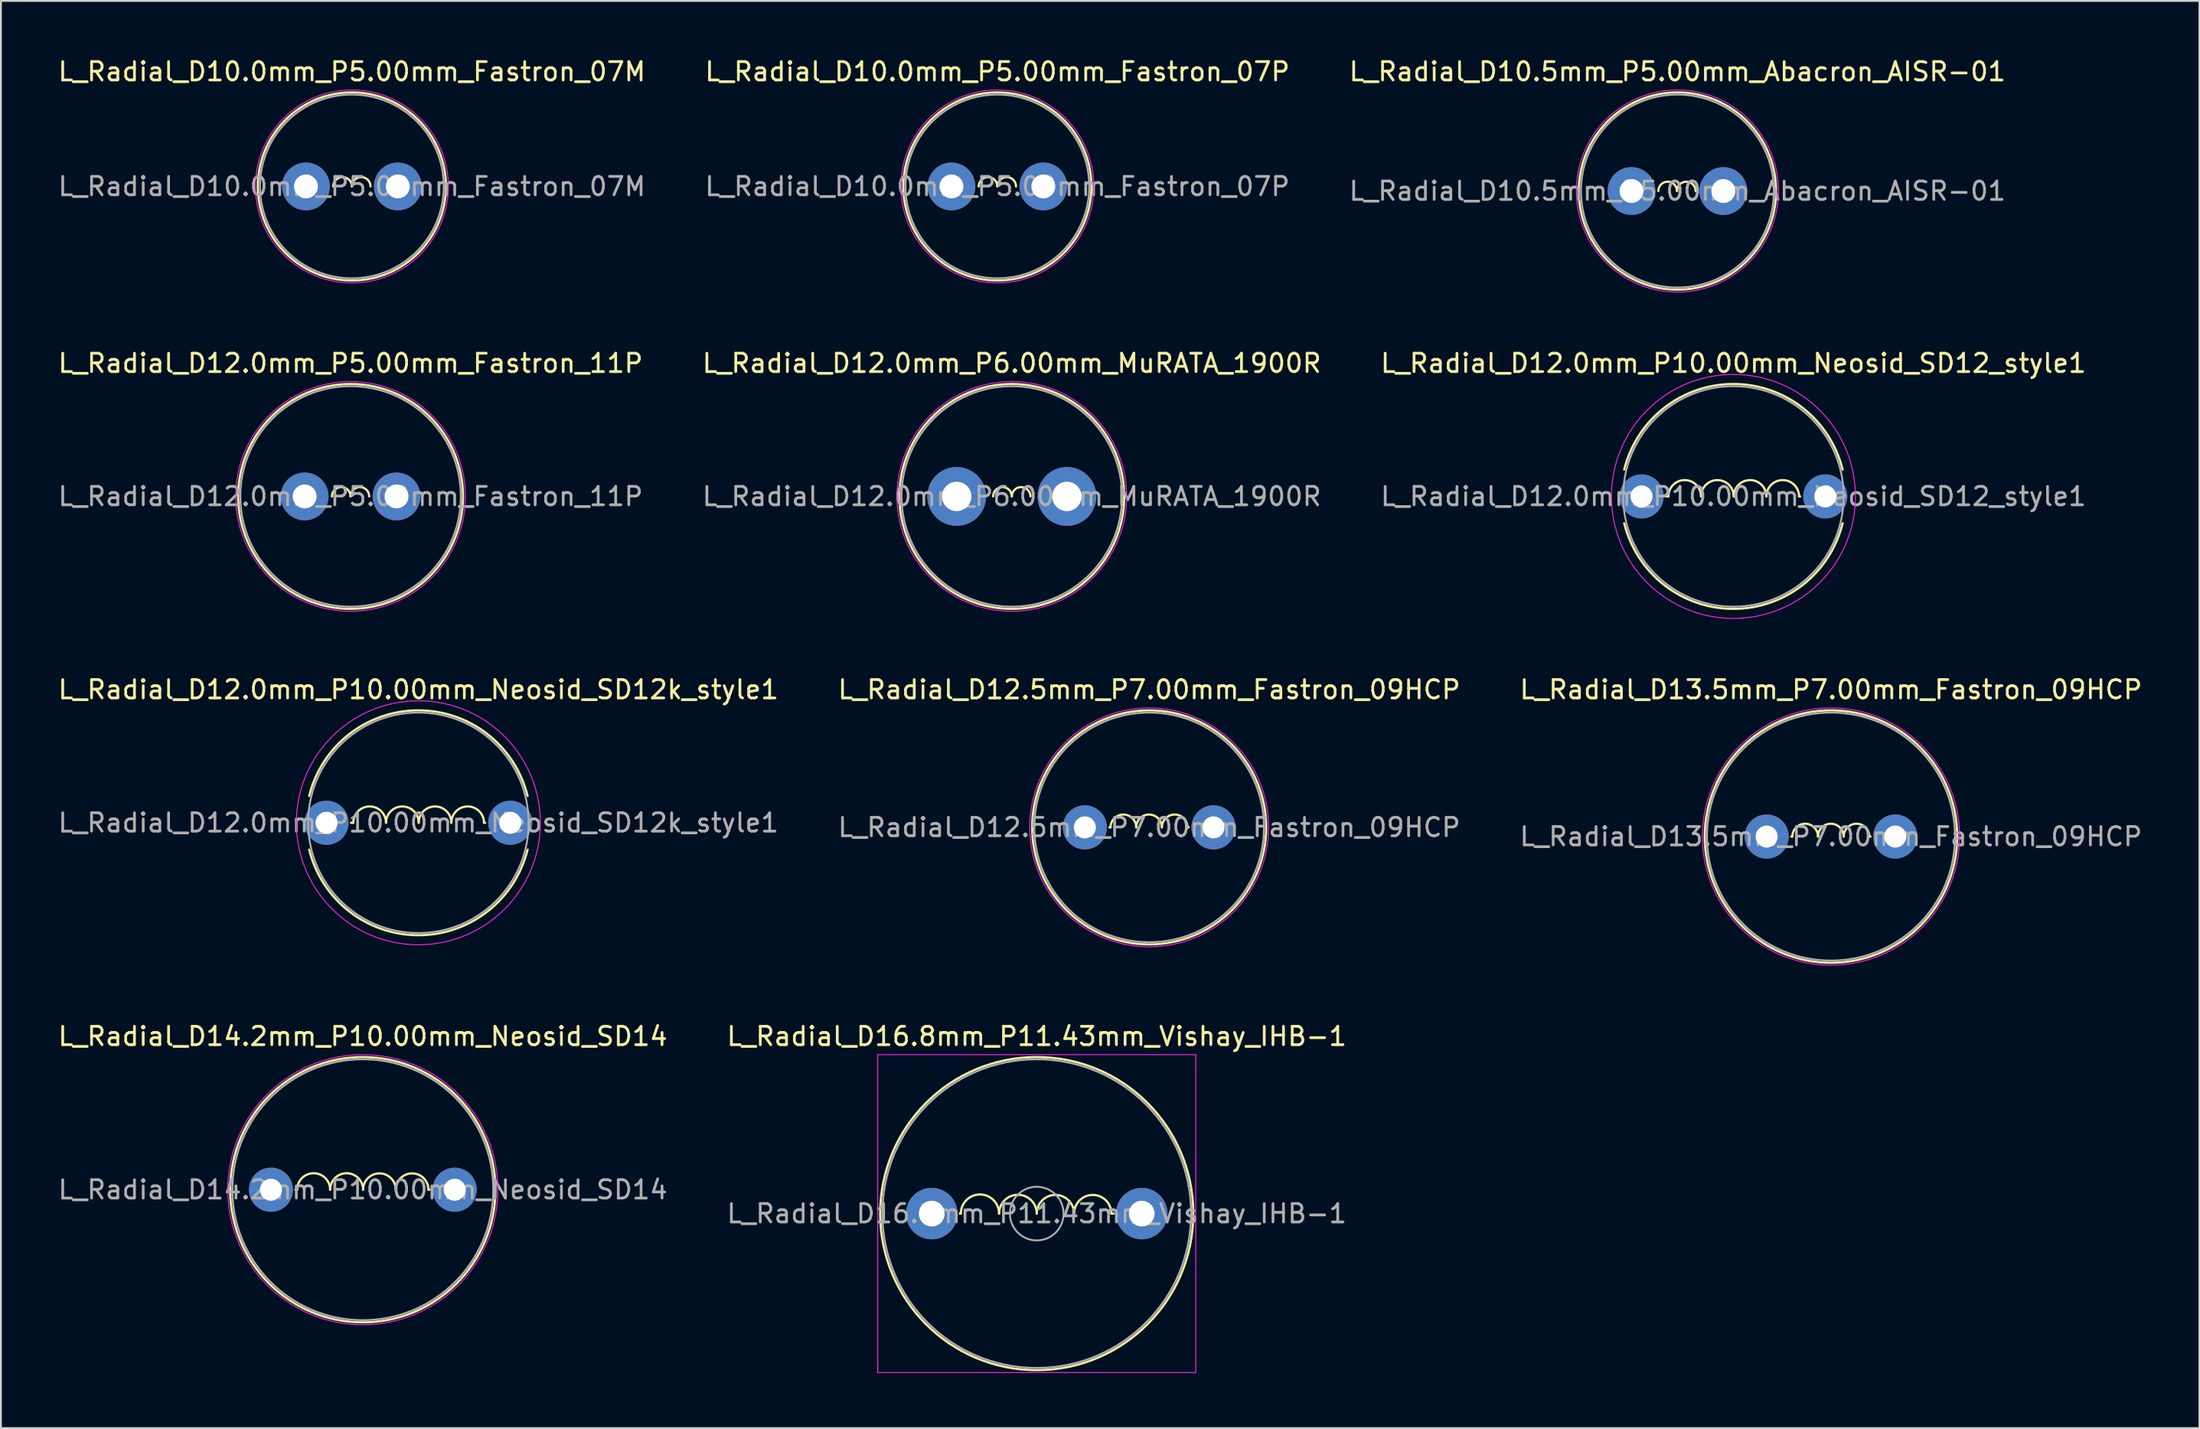
<source format=kicad_pcb>
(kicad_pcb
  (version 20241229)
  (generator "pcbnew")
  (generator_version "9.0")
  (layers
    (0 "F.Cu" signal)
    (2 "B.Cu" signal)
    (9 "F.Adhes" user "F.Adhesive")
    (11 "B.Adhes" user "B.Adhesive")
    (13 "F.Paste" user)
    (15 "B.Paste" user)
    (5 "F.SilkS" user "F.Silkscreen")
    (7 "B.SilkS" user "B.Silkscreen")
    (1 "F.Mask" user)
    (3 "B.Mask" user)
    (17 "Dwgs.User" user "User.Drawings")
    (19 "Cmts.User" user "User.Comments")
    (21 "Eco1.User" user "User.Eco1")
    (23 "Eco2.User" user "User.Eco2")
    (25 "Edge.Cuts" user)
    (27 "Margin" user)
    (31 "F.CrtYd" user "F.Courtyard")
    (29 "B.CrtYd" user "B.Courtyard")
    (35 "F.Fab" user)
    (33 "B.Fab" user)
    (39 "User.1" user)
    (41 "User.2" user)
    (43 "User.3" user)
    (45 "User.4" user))
  (footprint "L_Radial_D12.5mm_P7.00mm_Fastron_09HCP"
    (layer "F.Cu")
    (at 55.994 41.985)
    (property "Reference" "L_Radial_D12.5mm_P7.00mm_Fastron_09HCP" (at 3.5 -7.5 0) (layer "F.SilkS") (effects (font (size 1 1) (thickness 0.15))))
    (attr through_hole)
    (fp_line (start 1.397 0) (end 1.333 0) (stroke (width 0.12) (type solid)) (layer "F.SilkS"))
    (fp_line (start 5.588 0) (end 5.652 0) (stroke (width 0.12) (type solid)) (layer "F.SilkS"))
    (fp_arc (start 1.397 0) (mid 2.0955 -0.6985) (end 2.794 0) (stroke (width 0.12) (type solid)) (layer "F.SilkS"))
    (fp_arc (start 2.794 0) (mid 3.4925 -0.6985) (end 4.191 0) (stroke (width 0.12) (type solid)) (layer "F.SilkS"))
    (fp_arc (start 4.191 0) (mid 4.8895 -0.6985) (end 5.588 0) (stroke (width 0.12) (type solid)) (layer "F.SilkS"))
    (fp_circle (center 3.5 0) (end 9.87 0) (stroke (width 0.12) (type solid)) (fill no) (layer "F.SilkS"))
    (fp_circle (center 3.5 0) (end 10 0) (stroke (width 0.05) (type solid)) (fill no) (layer "F.CrtYd"))
    (fp_circle (center 3.5 0) (end 9.75 0) (stroke (width 0.1) (type solid)) (fill no) (layer "F.Fab"))
    (fp_text user "${REFERENCE}" (at 3.5 0 0) (layer "F.Fab") (effects (font (size 1 1) (thickness 0.15))))
    (pad "1" thru_hole circle (at 0 0) (size 2.4 2.4) (drill 1.2) (layers "*.Cu" "*.Mask"))
    (pad "2" thru_hole circle (at 7 0) (size 2.4 2.4) (drill 1.2) (layers "*.Cu" "*.Mask")))
  (footprint "L_Radial_D16.8mm_P11.43mm_Vishay_IHB-1"
    (layer "F.Cu")
    (at 47.66 63.008)
    (property "Reference" "L_Radial_D16.8mm_P11.43mm_Vishay_IHB-1" (at 5.715 -9.65 0) (layer "F.SilkS") (effects (font (size 1 1) (thickness 0.15))))
    (attr through_hole)
    (fp_line (start 1.583 0) (end 1.524 0) (stroke (width 0.12) (type solid)) (layer "F.SilkS"))
    (fp_line (start 9.779 0) (end 9.906 0) (stroke (width 0.12) (type solid)) (layer "F.SilkS"))
    (fp_arc (start 1.583 0) (mid 2.6245 -1.0415) (end 3.666 0) (stroke (width 0.12) (type solid)) (layer "F.SilkS"))
    (fp_arc (start 3.666 0) (mid 4.6905 -1.0245) (end 5.715 0) (stroke (width 0.12) (type solid)) (layer "F.SilkS"))
    (fp_arc (start 5.715 0) (mid 6.731 -1.016) (end 7.747 0) (stroke (width 0.12) (type solid)) (layer "F.SilkS"))
    (fp_arc (start 7.747 0) (mid 8.763 -1.016) (end 9.779 0) (stroke (width 0.12) (type solid)) (layer "F.SilkS"))
    (fp_circle (center 5.715 0) (end 14.235 0) (stroke (width 0.12) (type solid)) (fill no) (layer "F.SilkS"))
    (fp_line (start -2.94 -8.65) (end -2.94 8.65) (stroke (width 0.05) (type solid)) (layer "F.CrtYd"))
    (fp_line (start -2.94 8.65) (end 14.37 8.65) (stroke (width 0.05) (type solid)) (layer "F.CrtYd"))
    (fp_line (start 14.37 -8.65) (end -2.94 -8.65) (stroke (width 0.05) (type solid)) (layer "F.CrtYd"))
    (fp_line (start 14.37 8.65) (end 14.37 -8.65) (stroke (width 0.05) (type solid)) (layer "F.CrtYd"))
    (fp_circle (center 5.715 0) (end 7.175 0) (stroke (width 0.1) (type solid)) (fill no) (layer "F.Fab"))
    (fp_circle (center 5.715 0) (end 14.115 0) (stroke (width 0.1) (type solid)) (fill no) (layer "F.Fab"))
    (fp_text user "${REFERENCE}" (at 5.715 0 0) (layer "F.Fab") (effects (font (size 1 1) (thickness 0.15))))
    (pad "1" thru_hole circle (at 0 0) (size 2.8 2.8) (drill 1.4) (layers "*.Cu" "*.Mask"))
    (pad "2" thru_hole circle (at 11.43 0) (size 2.8 2.8) (drill 1.4) (layers "*.Cu" "*.Mask")))
  (footprint "L_Radial_D14.2mm_P10.00mm_Neosid_SD14"
    (layer "F.Cu")
    (at 11.696 61.708)
    (property "Reference" "L_Radial_D14.2mm_P10.00mm_Neosid_SD14" (at 5 -8.35 0) (layer "F.SilkS") (effects (font (size 1 1) (thickness 0.15))))
    (attr through_hole)
    (fp_line (start 1.427 0) (end 1.333 0) (stroke (width 0.12) (type solid)) (layer "F.SilkS"))
    (fp_line (start 8.572 0) (end 8.636 0) (stroke (width 0.12) (type solid)) (layer "F.SilkS"))
    (fp_arc (start 1.4265 0) (mid 2.324 -0.8975) (end 3.2215 0) (stroke (width 0.12) (type solid)) (layer "F.SilkS"))
    (fp_arc (start 3.2215 0) (mid 4.119 -0.8975) (end 5.0165 0) (stroke (width 0.12) (type solid)) (layer "F.SilkS"))
    (fp_arc (start 5.0165 0) (mid 5.9055 -0.889) (end 6.7945 0) (stroke (width 0.12) (type solid)) (layer "F.SilkS"))
    (fp_arc (start 6.7945 0) (mid 7.6835 -0.889) (end 8.5725 0) (stroke (width 0.12) (type solid)) (layer "F.SilkS"))
    (fp_circle (center 5 0) (end 12.22 0) (stroke (width 0.12) (type solid)) (fill no) (layer "F.SilkS"))
    (fp_circle (center 5 0) (end 12.35 0) (stroke (width 0.05) (type solid)) (fill no) (layer "F.CrtYd"))
    (fp_circle (center 5 0) (end 12.1 0) (stroke (width 0.1) (type solid)) (fill no) (layer "F.Fab"))
    (fp_text user "${REFERENCE}" (at 5 0 0) (layer "F.Fab") (effects (font (size 1 1) (thickness 0.15))))
    (pad "1" thru_hole circle (at 0 0) (size 2.4 2.4) (drill 1.2) (layers "*.Cu" "*.Mask"))
    (pad "2" thru_hole circle (at 10 0) (size 2.4 2.4) (drill 1.2) (layers "*.Cu" "*.Mask")))
  (footprint "L_Radial_D12.0mm_P10.00mm_Neosid_SD12k_style1"
    (layer "F.Cu")
    (at 14.72 41.735)
    (property "Reference" "L_Radial_D12.0mm_P10.00mm_Neosid_SD12k_style1" (at 5 -7.25 0) (layer "F.SilkS") (effects (font (size 1 1) (thickness 0.15))))
    (attr through_hole)
    (fp_line (start 1.46 0) (end 1.333 0) (stroke (width 0.12) (type solid)) (layer "F.SilkS"))
    (fp_line (start 8.572 0) (end 8.636 0) (stroke (width 0.12) (type solid)) (layer "F.SilkS"))
    (fp_arc (start -0.943299 -1.46) (mid 5 -6.12) (end 10.943299 -1.46) (stroke (width 0.12) (type solid)) (layer "F.SilkS"))
    (fp_arc (start 1.4605 0) (mid 2.3495 -0.889) (end 3.2385 0) (stroke (width 0.12) (type solid)) (layer "F.SilkS"))
    (fp_arc (start 3.2385 0) (mid 4.1275 -0.889) (end 5.0165 0) (stroke (width 0.12) (type solid)) (layer "F.SilkS"))
    (fp_arc (start 5.0165 0) (mid 5.9055 -0.889) (end 6.7945 0) (stroke (width 0.12) (type solid)) (layer "F.SilkS"))
    (fp_arc (start 6.7945 0) (mid 7.6835 -0.889) (end 8.5725 0) (stroke (width 0.12) (type solid)) (layer "F.SilkS"))
    (fp_arc (start 10.943299 1.46) (mid 5 6.12) (end -0.943299 1.46) (stroke (width 0.12) (type solid)) (layer "F.SilkS"))
    (fp_circle (center 5 0) (end 11.64 0) (stroke (width 0.05) (type solid)) (fill no) (layer "F.CrtYd"))
    (fp_circle (center 5 0) (end 11 0) (stroke (width 0.1) (type solid)) (fill no) (layer "F.Fab"))
    (fp_text user "${REFERENCE}" (at 5 0 0) (layer "F.Fab") (effects (font (size 1 1) (thickness 0.15))))
    (pad "1" thru_hole circle (at 0 0) (size 2.4 2.4) (drill 1.2) (layers "*.Cu" "*.Mask"))
    (pad "2" thru_hole circle (at 10 0) (size 2.4 2.4) (drill 1.2) (layers "*.Cu" "*.Mask")))
  (footprint "L_Radial_D10.5mm_P5.00mm_Abacron_AISR-01"
    (layer "F.Cu")
    (at 85.744 7.348)
    (property "Reference" "L_Radial_D10.5mm_P5.00mm_Abacron_AISR-01" (at 2.5 -6.5 0) (layer "F.SilkS") (effects (font (size 1 1) (thickness 0.15))))
    (attr through_hole)
    (fp_arc (start 1.4605 0) (mid 1.9685 -0.508) (end 2.4765 0) (stroke (width 0.12) (type solid)) (layer "F.SilkS"))
    (fp_arc (start 2.4765 0) (mid 2.9845 -0.508) (end 3.4925 0) (stroke (width 0.12) (type solid)) (layer "F.SilkS"))
    (fp_circle (center 2.5 0) (end 7.87 0) (stroke (width 0.12) (type solid)) (fill no) (layer "F.SilkS"))
    (fp_circle (center 2.5 0) (end 8 0) (stroke (width 0.05) (type solid)) (fill no) (layer "F.CrtYd"))
    (fp_circle (center 2.5 0) (end 7.75 0) (stroke (width 0.1) (type solid)) (fill no) (layer "F.Fab"))
    (fp_text user "${REFERENCE}" (at 2.5 0 0) (layer "F.Fab") (effects (font (size 1 1) (thickness 0.15))))
    (pad "1" thru_hole circle (at 0 0) (size 2.6 2.6) (drill 1.3) (layers "*.Cu" "*.Mask"))
    (pad "2" thru_hole circle (at 5 0) (size 2.6 2.6) (drill 1.3) (layers "*.Cu" "*.Mask")))
  (footprint "L_Radial_D10.0mm_P5.00mm_Fastron_07P"
    (layer "F.Cu")
    (at 48.732 7.098)
    (property "Reference" "L_Radial_D10.0mm_P5.00mm_Fastron_07P" (at 2.5 -6.25 0) (layer "F.SilkS") (effects (font (size 1 1) (thickness 0.15))))
    (attr through_hole)
    (fp_arc (start 1.484 0) (mid 1.992 -0.508) (end 2.5 0) (stroke (width 0.12) (type solid)) (layer "F.SilkS"))
    (fp_arc (start 2.5 0) (mid 3.008 -0.508) (end 3.516 0) (stroke (width 0.12) (type solid)) (layer "F.SilkS"))
    (fp_circle (center 2.5 0) (end 7.62 0) (stroke (width 0.12) (type solid)) (fill no) (layer "F.SilkS"))
    (fp_circle (center 2.5 0) (end 7.75 0) (stroke (width 0.05) (type solid)) (fill no) (layer "F.CrtYd"))
    (fp_circle (center 2.5 0) (end 7.5 0) (stroke (width 0.1) (type solid)) (fill no) (layer "F.Fab"))
    (fp_text user "${REFERENCE}" (at 2.5 0 0) (layer "F.Fab") (effects (font (size 1 1) (thickness 0.15))))
    (pad "1" thru_hole circle (at 0 0) (size 2.6 2.6) (drill 1.3) (layers "*.Cu" "*.Mask"))
    (pad "2" thru_hole circle (at 5 0) (size 2.6 2.6) (drill 1.3) (layers "*.Cu" "*.Mask")))
  (footprint "L_Radial_D12.0mm_P10.00mm_Neosid_SD12_style1"
    (layer "F.Cu")
    (at 86.292 23.971)
    (property "Reference" "L_Radial_D12.0mm_P10.00mm_Neosid_SD12_style1" (at 5 -7.25 0) (layer "F.SilkS") (effects (font (size 1 1) (thickness 0.15))))
    (attr through_hole)
    (fp_line (start 1.46 0) (end 1.333 0) (stroke (width 0.12) (type solid)) (layer "F.SilkS"))
    (fp_line (start 8.572 0) (end 8.636 0) (stroke (width 0.12) (type solid)) (layer "F.SilkS"))
    (fp_arc (start -0.943299 -1.46) (mid 5 -6.12) (end 10.943299 -1.46) (stroke (width 0.12) (type solid)) (layer "F.SilkS"))
    (fp_arc (start 1.4605 0) (mid 2.3495 -0.889) (end 3.2385 0) (stroke (width 0.12) (type solid)) (layer "F.SilkS"))
    (fp_arc (start 3.2385 0) (mid 4.1275 -0.889) (end 5.0165 0) (stroke (width 0.12) (type solid)) (layer "F.SilkS"))
    (fp_arc (start 5.0165 0) (mid 5.9055 -0.889) (end 6.7945 0) (stroke (width 0.12) (type solid)) (layer "F.SilkS"))
    (fp_arc (start 6.7945 0) (mid 7.6835 -0.889) (end 8.5725 0) (stroke (width 0.12) (type solid)) (layer "F.SilkS"))
    (fp_arc (start 10.943299 1.46) (mid 5 6.12) (end -0.943299 1.46) (stroke (width 0.12) (type solid)) (layer "F.SilkS"))
    (fp_circle (center 5 0) (end 11.64 0) (stroke (width 0.05) (type solid)) (fill no) (layer "F.CrtYd"))
    (fp_circle (center 5 0) (end 11 0) (stroke (width 0.1) (type solid)) (fill no) (layer "F.Fab"))
    (fp_text user "${REFERENCE}" (at 5 0 0) (layer "F.Fab") (effects (font (size 1 1) (thickness 0.15))))
    (pad "1" thru_hole circle (at 0 0) (size 2.4 2.4) (drill 1.2) (layers "*.Cu" "*.Mask"))
    (pad "2" thru_hole circle (at 10 0) (size 2.4 2.4) (drill 1.2) (layers "*.Cu" "*.Mask")))
  (footprint "L_Radial_D10.0mm_P5.00mm_Fastron_07M"
    (layer "F.Cu")
    (at 13.601 7.098)
    (property "Reference" "L_Radial_D10.0mm_P5.00mm_Fastron_07M" (at 2.5 -6.25 0) (layer "F.SilkS") (effects (font (size 1 1) (thickness 0.15))))
    (attr through_hole)
    (fp_arc (start 1.484 0) (mid 1.992 -0.508) (end 2.5 0) (stroke (width 0.12) (type solid)) (layer "F.SilkS"))
    (fp_arc (start 2.5 0) (mid 3.008 -0.508) (end 3.516 0) (stroke (width 0.12) (type solid)) (layer "F.SilkS"))
    (fp_circle (center 2.5 0) (end 7.62 0) (stroke (width 0.12) (type solid)) (fill no) (layer "F.SilkS"))
    (fp_circle (center 2.5 0) (end 7.75 0) (stroke (width 0.05) (type solid)) (fill no) (layer "F.CrtYd"))
    (fp_circle (center 2.5 0) (end 7.5 0) (stroke (width 0.1) (type solid)) (fill no) (layer "F.Fab"))
    (fp_text user "${REFERENCE}" (at 2.5 0 0) (layer "F.Fab") (effects (font (size 1 1) (thickness 0.15))))
    (pad "1" thru_hole circle (at 0 0) (size 2.6 2.6) (drill 1.3) (layers "*.Cu" "*.Mask"))
    (pad "2" thru_hole circle (at 5 0) (size 2.6 2.6) (drill 1.3) (layers "*.Cu" "*.Mask")))
  (footprint "L_Radial_D13.5mm_P7.00mm_Fastron_09HCP"
    (layer "F.Cu")
    (at 93.101 42.485)
    (property "Reference" "L_Radial_D13.5mm_P7.00mm_Fastron_09HCP" (at 3.5 -8 0) (layer "F.SilkS") (effects (font (size 1 1) (thickness 0.15))))
    (attr through_hole)
    (fp_line (start 1.397 0) (end 1.333 0) (stroke (width 0.12) (type solid)) (layer "F.SilkS"))
    (fp_line (start 5.588 0) (end 5.652 0) (stroke (width 0.12) (type solid)) (layer "F.SilkS"))
    (fp_arc (start 1.397 0) (mid 2.0955 -0.6985) (end 2.794 0) (stroke (width 0.12) (type solid)) (layer "F.SilkS"))
    (fp_arc (start 2.794 0) (mid 3.4925 -0.6985) (end 4.191 0) (stroke (width 0.12) (type solid)) (layer "F.SilkS"))
    (fp_arc (start 4.191 0) (mid 4.8895 -0.6985) (end 5.588 0) (stroke (width 0.12) (type solid)) (layer "F.SilkS"))
    (fp_circle (center 3.5 0) (end 10.37 0) (stroke (width 0.12) (type solid)) (fill no) (layer "F.SilkS"))
    (fp_circle (center 3.5 0) (end 10.5 0) (stroke (width 0.05) (type solid)) (fill no) (layer "F.CrtYd"))
    (fp_circle (center 3.5 0) (end 10.25 0) (stroke (width 0.1) (type solid)) (fill no) (layer "F.Fab"))
    (fp_text user "${REFERENCE}" (at 3.5 0 0) (layer "F.Fab") (effects (font (size 1 1) (thickness 0.15))))
    (pad "1" thru_hole circle (at 0 0) (size 2.4 2.4) (drill 1.2) (layers "*.Cu" "*.Mask"))
    (pad "2" thru_hole circle (at 7 0) (size 2.4 2.4) (drill 1.2) (layers "*.Cu" "*.Mask")))
  (footprint "L_Radial_D12.0mm_P6.00mm_MuRATA_1900R"
    (layer "F.Cu")
    (at 49.018 23.971)
    (property "Reference" "L_Radial_D12.0mm_P6.00mm_MuRATA_1900R" (at 3 -7.25 0) (layer "F.SilkS") (effects (font (size 1 1) (thickness 0.15))))
    (attr through_hole)
    (fp_arc (start 1.984 0) (mid 2.492 -0.508) (end 3 0) (stroke (width 0.12) (type solid)) (layer "F.SilkS"))
    (fp_arc (start 3 0) (mid 3.508 -0.508) (end 4.016 0) (stroke (width 0.12) (type solid)) (layer "F.SilkS"))
    (fp_circle (center 3 0) (end 9.12 0) (stroke (width 0.12) (type solid)) (fill no) (layer "F.SilkS"))
    (fp_circle (center 3 0) (end 9.25 0) (stroke (width 0.05) (type solid)) (fill no) (layer "F.CrtYd"))
    (fp_circle (center 3 0) (end 9 0) (stroke (width 0.1) (type solid)) (fill no) (layer "F.Fab"))
    (fp_text user "${REFERENCE}" (at 3 0 0) (layer "F.Fab") (effects (font (size 1 1) (thickness 0.15))))
    (pad "1" thru_hole circle (at 0 0) (size 3.2 3.2) (drill 1.6) (layers "*.Cu" "*.Mask"))
    (pad "2" thru_hole circle (at 6 0) (size 3.2 3.2) (drill 1.6) (layers "*.Cu" "*.Mask")))
  (footprint "L_Radial_D12.0mm_P5.00mm_Fastron_11P"
    (layer "F.Cu")
    (at 13.53 23.971)
    (property "Reference" "L_Radial_D12.0mm_P5.00mm_Fastron_11P" (at 2.5 -7.25 0) (layer "F.SilkS") (effects (font (size 1 1) (thickness 0.15))))
    (attr through_hole)
    (fp_arc (start 1.484 0) (mid 1.992 -0.508) (end 2.5 0) (stroke (width 0.12) (type solid)) (layer "F.SilkS"))
    (fp_arc (start 2.5 0) (mid 3.008 -0.508) (end 3.516 0) (stroke (width 0.12) (type solid)) (layer "F.SilkS"))
    (fp_circle (center 2.5 0) (end 8.62 0) (stroke (width 0.12) (type solid)) (fill no) (layer "F.SilkS"))
    (fp_circle (center 2.5 0) (end 8.75 0) (stroke (width 0.05) (type solid)) (fill no) (layer "F.CrtYd"))
    (fp_circle (center 2.5 0) (end 8.5 0) (stroke (width 0.1) (type solid)) (fill no) (layer "F.Fab"))
    (fp_text user "${REFERENCE}" (at 2.5 0 0) (layer "F.Fab") (effects (font (size 1 1) (thickness 0.15))))
    (pad "1" thru_hole circle (at 0 0) (size 2.6 2.6) (drill 1.3) (layers "*.Cu" "*.Mask"))
    (pad "2" thru_hole circle (at 5 0) (size 2.6 2.6) (drill 1.3) (layers "*.Cu" "*.Mask")))
  (gr_rect
    (start -3 -3)
    (end 116.655 74.683)
    (stroke (width 0.1) (type default))
    (fill no)
    (layer "Edge.Cuts")))
</source>
